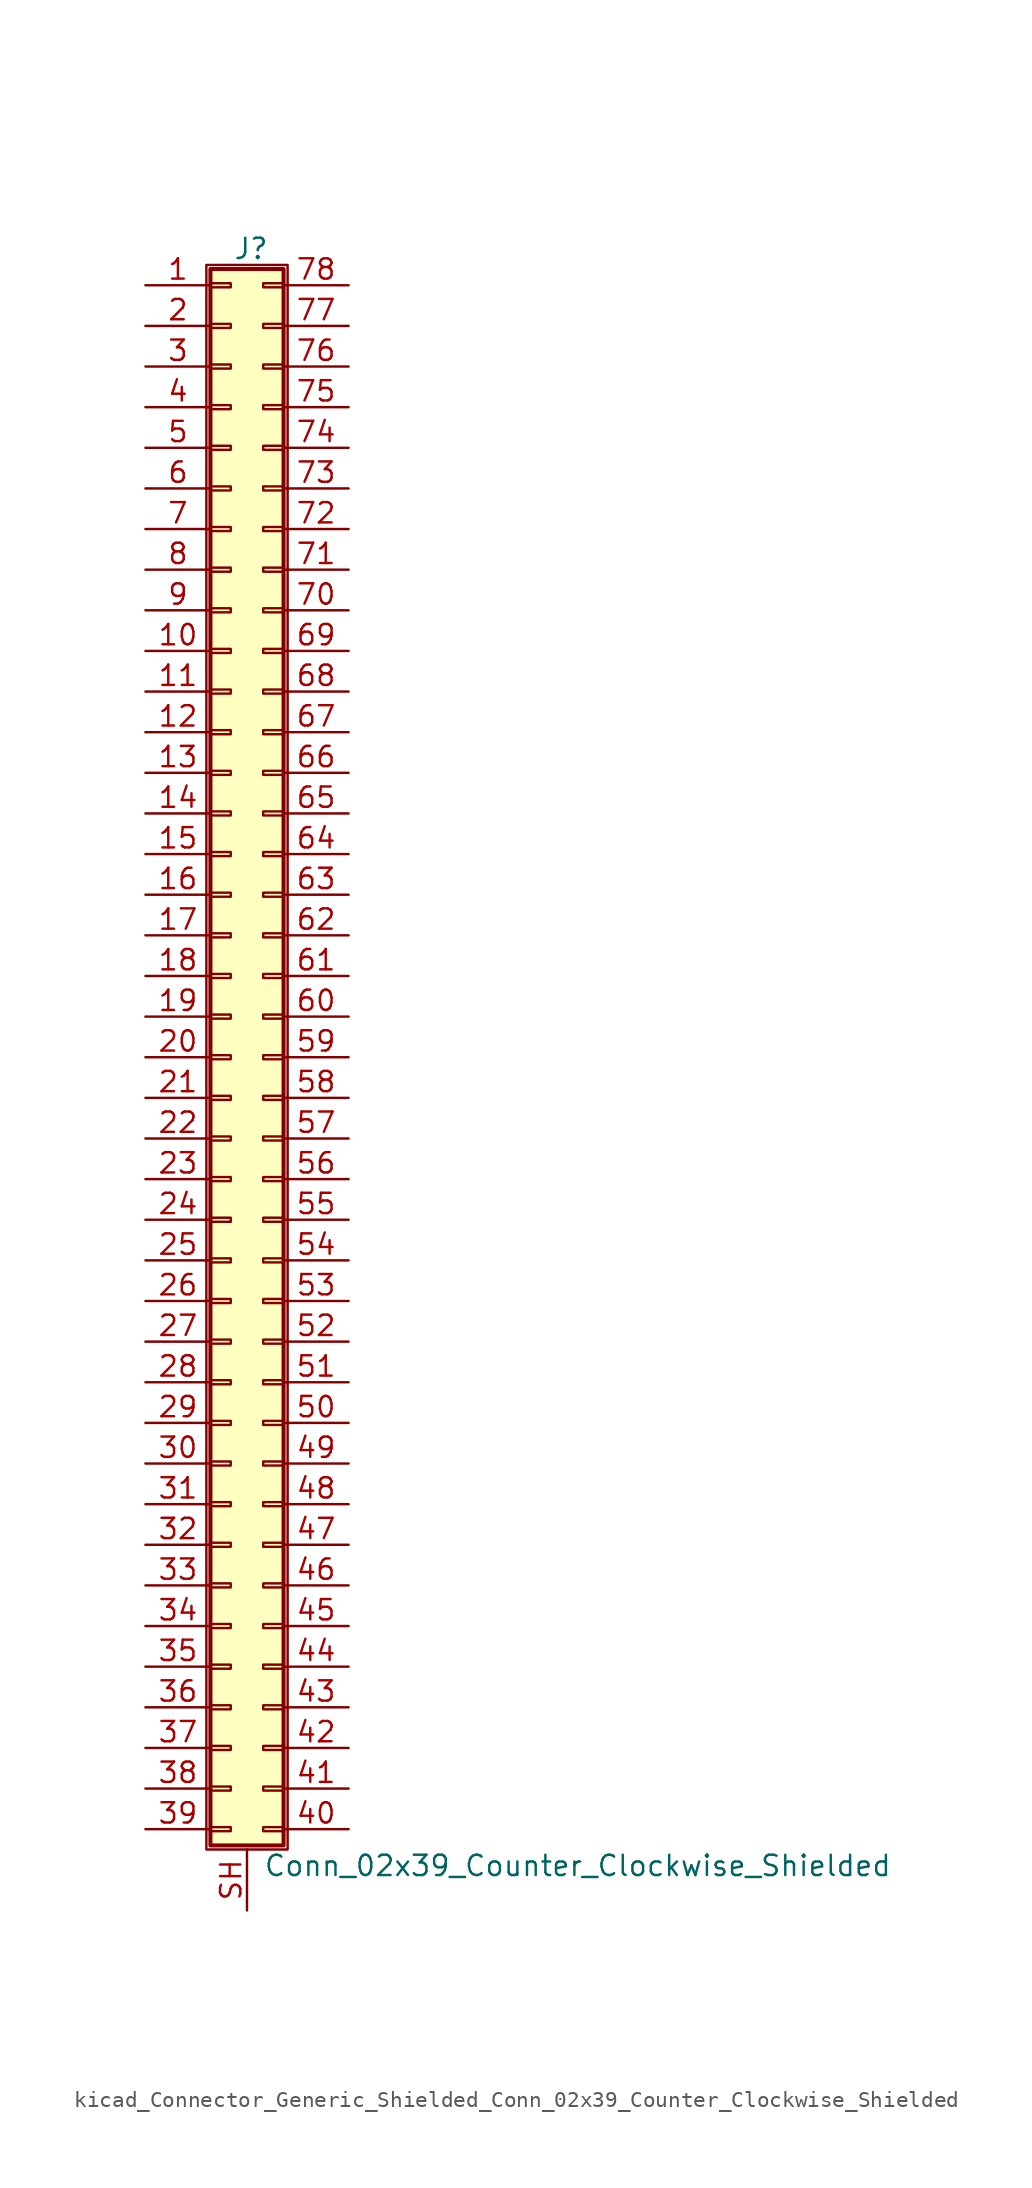
<source format=kicad_sym>
(kicad_symbol_lib
  (version 20220914)
  (generator kicad_symbol_editor)
  (symbol "kicad_Connector_Generic_Shielded_Conn_02x39_Counter_Clockwise_Shielded"
    (pin_names
      (offset 1.016) hide)
    (property "Reference" "J"
      (at 1.524 50.546 0)
      (effects (font (size 1.27 1.27))))
    (property "Value" "Conn_02x39_Counter_Clockwise_Shielded"
      (at 2.286 -50.546 0)
      (effects (font (size 1.27 1.27)) (justify left)))
    (symbol "kicad_Connector_Generic_Shielded_Conn_02x39_Counter_Clockwise_Shielded_1_1"
      (rectangle (start -1.27 49.53) (end 3.81 -49.53) (stroke (width 0.152) (type default)) (fill (type none)))
      (rectangle (start -1.016 -48.133) (end 0.254 -48.387) (stroke (width 0.152) (type default)) (fill (type none)))
      (rectangle (start -1.016 -45.593) (end 0.254 -45.847) (stroke (width 0.152) (type default)) (fill (type none)))
      (rectangle (start -1.016 -43.053) (end 0.254 -43.307) (stroke (width 0.152) (type default)) (fill (type none)))
      (rectangle (start -1.016 -40.513) (end 0.254 -40.767) (stroke (width 0.152) (type default)) (fill (type none)))
      (rectangle (start -1.016 -37.973) (end 0.254 -38.227) (stroke (width 0.152) (type default)) (fill (type none)))
      (rectangle (start -1.016 -35.433) (end 0.254 -35.687) (stroke (width 0.152) (type default)) (fill (type none)))
      (rectangle (start -1.016 -32.893) (end 0.254 -33.147) (stroke (width 0.152) (type default)) (fill (type none)))
      (rectangle (start -1.016 -30.353) (end 0.254 -30.607) (stroke (width 0.152) (type default)) (fill (type none)))
      (rectangle (start -1.016 -27.813) (end 0.254 -28.067) (stroke (width 0.152) (type default)) (fill (type none)))
      (rectangle (start -1.016 -25.273) (end 0.254 -25.527) (stroke (width 0.152) (type default)) (fill (type none)))
      (rectangle (start -1.016 -22.733) (end 0.254 -22.987) (stroke (width 0.152) (type default)) (fill (type none)))
      (rectangle (start -1.016 -20.193) (end 0.254 -20.447) (stroke (width 0.152) (type default)) (fill (type none)))
      (rectangle (start -1.016 -17.653) (end 0.254 -17.907) (stroke (width 0.152) (type default)) (fill (type none)))
      (rectangle (start -1.016 -15.113) (end 0.254 -15.367) (stroke (width 0.152) (type default)) (fill (type none)))
      (rectangle (start -1.016 -12.573) (end 0.254 -12.827) (stroke (width 0.152) (type default)) (fill (type none)))
      (rectangle (start -1.016 -10.033) (end 0.254 -10.287) (stroke (width 0.152) (type default)) (fill (type none)))
      (rectangle (start -1.016 -7.493) (end 0.254 -7.747) (stroke (width 0.152) (type default)) (fill (type none)))
      (rectangle (start -1.016 -4.953) (end 0.254 -5.207) (stroke (width 0.152) (type default)) (fill (type none)))
      (rectangle (start -1.016 -2.413) (end 0.254 -2.667) (stroke (width 0.152) (type default)) (fill (type none)))
      (rectangle (start -1.016 0.127) (end 0.254 -0.127) (stroke (width 0.152) (type default)) (fill (type none)))
      (rectangle (start -1.016 2.667) (end 0.254 2.413) (stroke (width 0.152) (type default)) (fill (type none)))
      (rectangle (start -1.016 5.207) (end 0.254 4.953) (stroke (width 0.152) (type default)) (fill (type none)))
      (rectangle (start -1.016 7.747) (end 0.254 7.493) (stroke (width 0.152) (type default)) (fill (type none)))
      (rectangle (start -1.016 10.287) (end 0.254 10.033) (stroke (width 0.152) (type default)) (fill (type none)))
      (rectangle (start -1.016 12.827) (end 0.254 12.573) (stroke (width 0.152) (type default)) (fill (type none)))
      (rectangle (start -1.016 15.367) (end 0.254 15.113) (stroke (width 0.152) (type default)) (fill (type none)))
      (rectangle (start -1.016 17.907) (end 0.254 17.653) (stroke (width 0.152) (type default)) (fill (type none)))
      (rectangle (start -1.016 20.447) (end 0.254 20.193) (stroke (width 0.152) (type default)) (fill (type none)))
      (rectangle (start -1.016 22.987) (end 0.254 22.733) (stroke (width 0.152) (type default)) (fill (type none)))
      (rectangle (start -1.016 25.527) (end 0.254 25.273) (stroke (width 0.152) (type default)) (fill (type none)))
      (rectangle (start -1.016 28.067) (end 0.254 27.813) (stroke (width 0.152) (type default)) (fill (type none)))
      (rectangle (start -1.016 30.607) (end 0.254 30.353) (stroke (width 0.152) (type default)) (fill (type none)))
      (rectangle (start -1.016 33.147) (end 0.254 32.893) (stroke (width 0.152) (type default)) (fill (type none)))
      (rectangle (start -1.016 35.687) (end 0.254 35.433) (stroke (width 0.152) (type default)) (fill (type none)))
      (rectangle (start -1.016 38.227) (end 0.254 37.973) (stroke (width 0.152) (type default)) (fill (type none)))
      (rectangle (start -1.016 40.767) (end 0.254 40.513) (stroke (width 0.152) (type default)) (fill (type none)))
      (rectangle (start -1.016 43.307) (end 0.254 43.053) (stroke (width 0.152) (type default)) (fill (type none)))
      (rectangle (start -1.016 45.847) (end 0.254 45.593) (stroke (width 0.152) (type default)) (fill (type none)))
      (rectangle (start -1.016 48.387) (end 0.254 48.133) (stroke (width 0.152) (type default)) (fill (type none)))
      (rectangle (start -1.016 49.276) (end 3.556 -49.276) (stroke (width 0.254) (type default)) (fill (type background)))
      (rectangle (start 3.556 -48.133) (end 2.286 -48.387) (stroke (width 0.152) (type default)) (fill (type none)))
      (rectangle (start 3.556 -45.593) (end 2.286 -45.847) (stroke (width 0.152) (type default)) (fill (type none)))
      (rectangle (start 3.556 -43.053) (end 2.286 -43.307) (stroke (width 0.152) (type default)) (fill (type none)))
      (rectangle (start 3.556 -40.513) (end 2.286 -40.767) (stroke (width 0.152) (type default)) (fill (type none)))
      (rectangle (start 3.556 -37.973) (end 2.286 -38.227) (stroke (width 0.152) (type default)) (fill (type none)))
      (rectangle (start 3.556 -35.433) (end 2.286 -35.687) (stroke (width 0.152) (type default)) (fill (type none)))
      (rectangle (start 3.556 -32.893) (end 2.286 -33.147) (stroke (width 0.152) (type default)) (fill (type none)))
      (rectangle (start 3.556 -30.353) (end 2.286 -30.607) (stroke (width 0.152) (type default)) (fill (type none)))
      (rectangle (start 3.556 -27.813) (end 2.286 -28.067) (stroke (width 0.152) (type default)) (fill (type none)))
      (rectangle (start 3.556 -25.273) (end 2.286 -25.527) (stroke (width 0.152) (type default)) (fill (type none)))
      (rectangle (start 3.556 -22.733) (end 2.286 -22.987) (stroke (width 0.152) (type default)) (fill (type none)))
      (rectangle (start 3.556 -20.193) (end 2.286 -20.447) (stroke (width 0.152) (type default)) (fill (type none)))
      (rectangle (start 3.556 -17.653) (end 2.286 -17.907) (stroke (width 0.152) (type default)) (fill (type none)))
      (rectangle (start 3.556 -15.113) (end 2.286 -15.367) (stroke (width 0.152) (type default)) (fill (type none)))
      (rectangle (start 3.556 -12.573) (end 2.286 -12.827) (stroke (width 0.152) (type default)) (fill (type none)))
      (rectangle (start 3.556 -10.033) (end 2.286 -10.287) (stroke (width 0.152) (type default)) (fill (type none)))
      (rectangle (start 3.556 -7.493) (end 2.286 -7.747) (stroke (width 0.152) (type default)) (fill (type none)))
      (rectangle (start 3.556 -4.953) (end 2.286 -5.207) (stroke (width 0.152) (type default)) (fill (type none)))
      (rectangle (start 3.556 -2.413) (end 2.286 -2.667) (stroke (width 0.152) (type default)) (fill (type none)))
      (rectangle (start 3.556 0.127) (end 2.286 -0.127) (stroke (width 0.152) (type default)) (fill (type none)))
      (rectangle (start 3.556 2.667) (end 2.286 2.413) (stroke (width 0.152) (type default)) (fill (type none)))
      (rectangle (start 3.556 5.207) (end 2.286 4.953) (stroke (width 0.152) (type default)) (fill (type none)))
      (rectangle (start 3.556 7.747) (end 2.286 7.493) (stroke (width 0.152) (type default)) (fill (type none)))
      (rectangle (start 3.556 10.287) (end 2.286 10.033) (stroke (width 0.152) (type default)) (fill (type none)))
      (rectangle (start 3.556 12.827) (end 2.286 12.573) (stroke (width 0.152) (type default)) (fill (type none)))
      (rectangle (start 3.556 15.367) (end 2.286 15.113) (stroke (width 0.152) (type default)) (fill (type none)))
      (rectangle (start 3.556 17.907) (end 2.286 17.653) (stroke (width 0.152) (type default)) (fill (type none)))
      (rectangle (start 3.556 20.447) (end 2.286 20.193) (stroke (width 0.152) (type default)) (fill (type none)))
      (rectangle (start 3.556 22.987) (end 2.286 22.733) (stroke (width 0.152) (type default)) (fill (type none)))
      (rectangle (start 3.556 25.527) (end 2.286 25.273) (stroke (width 0.152) (type default)) (fill (type none)))
      (rectangle (start 3.556 28.067) (end 2.286 27.813) (stroke (width 0.152) (type default)) (fill (type none)))
      (rectangle (start 3.556 30.607) (end 2.286 30.353) (stroke (width 0.152) (type default)) (fill (type none)))
      (rectangle (start 3.556 33.147) (end 2.286 32.893) (stroke (width 0.152) (type default)) (fill (type none)))
      (rectangle (start 3.556 35.687) (end 2.286 35.433) (stroke (width 0.152) (type default)) (fill (type none)))
      (rectangle (start 3.556 38.227) (end 2.286 37.973) (stroke (width 0.152) (type default)) (fill (type none)))
      (rectangle (start 3.556 40.767) (end 2.286 40.513) (stroke (width 0.152) (type default)) (fill (type none)))
      (rectangle (start 3.556 43.307) (end 2.286 43.053) (stroke (width 0.152) (type default)) (fill (type none)))
      (rectangle (start 3.556 45.847) (end 2.286 45.593) (stroke (width 0.152) (type default)) (fill (type none)))
      (rectangle (start 3.556 48.387) (end 2.286 48.133) (stroke (width 0.152) (type default)) (fill (type none)))
      (pin passive line (at -5.08 48.26 0) (length 4.064) (name "Pin_1" (effects (font (size 1.27 1.27)))) (number "1" (effects (font (size 1.27 1.27)))))
      (pin passive line (at -5.08 25.4 0) (length 4.064) (name "Pin_10" (effects (font (size 1.27 1.27)))) (number "10" (effects (font (size 1.27 1.27)))))
      (pin passive line (at -5.08 22.86 0) (length 4.064) (name "Pin_11" (effects (font (size 1.27 1.27)))) (number "11" (effects (font (size 1.27 1.27)))))
      (pin passive line (at -5.08 20.32 0) (length 4.064) (name "Pin_12" (effects (font (size 1.27 1.27)))) (number "12" (effects (font (size 1.27 1.27)))))
      (pin passive line (at -5.08 17.78 0) (length 4.064) (name "Pin_13" (effects (font (size 1.27 1.27)))) (number "13" (effects (font (size 1.27 1.27)))))
      (pin passive line (at -5.08 15.24 0) (length 4.064) (name "Pin_14" (effects (font (size 1.27 1.27)))) (number "14" (effects (font (size 1.27 1.27)))))
      (pin passive line (at -5.08 12.7 0) (length 4.064) (name "Pin_15" (effects (font (size 1.27 1.27)))) (number "15" (effects (font (size 1.27 1.27)))))
      (pin passive line (at -5.08 10.16 0) (length 4.064) (name "Pin_16" (effects (font (size 1.27 1.27)))) (number "16" (effects (font (size 1.27 1.27)))))
      (pin passive line (at -5.08 7.62 0) (length 4.064) (name "Pin_17" (effects (font (size 1.27 1.27)))) (number "17" (effects (font (size 1.27 1.27)))))
      (pin passive line (at -5.08 5.08 0) (length 4.064) (name "Pin_18" (effects (font (size 1.27 1.27)))) (number "18" (effects (font (size 1.27 1.27)))))
      (pin passive line (at -5.08 2.54 0) (length 4.064) (name "Pin_19" (effects (font (size 1.27 1.27)))) (number "19" (effects (font (size 1.27 1.27)))))
      (pin passive line (at -5.08 45.72 0) (length 4.064) (name "Pin_2" (effects (font (size 1.27 1.27)))) (number "2" (effects (font (size 1.27 1.27)))))
      (pin passive line (at -5.08 0 0) (length 4.064) (name "Pin_20" (effects (font (size 1.27 1.27)))) (number "20" (effects (font (size 1.27 1.27)))))
      (pin passive line (at -5.08 -2.54 0) (length 4.064) (name "Pin_21" (effects (font (size 1.27 1.27)))) (number "21" (effects (font (size 1.27 1.27)))))
      (pin passive line (at -5.08 -5.08 0) (length 4.064) (name "Pin_22" (effects (font (size 1.27 1.27)))) (number "22" (effects (font (size 1.27 1.27)))))
      (pin passive line (at -5.08 -7.62 0) (length 4.064) (name "Pin_23" (effects (font (size 1.27 1.27)))) (number "23" (effects (font (size 1.27 1.27)))))
      (pin passive line (at -5.08 -10.16 0) (length 4.064) (name "Pin_24" (effects (font (size 1.27 1.27)))) (number "24" (effects (font (size 1.27 1.27)))))
      (pin passive line (at -5.08 -12.7 0) (length 4.064) (name "Pin_25" (effects (font (size 1.27 1.27)))) (number "25" (effects (font (size 1.27 1.27)))))
      (pin passive line (at -5.08 -15.24 0) (length 4.064) (name "Pin_26" (effects (font (size 1.27 1.27)))) (number "26" (effects (font (size 1.27 1.27)))))
      (pin passive line (at -5.08 -17.78 0) (length 4.064) (name "Pin_27" (effects (font (size 1.27 1.27)))) (number "27" (effects (font (size 1.27 1.27)))))
      (pin passive line (at -5.08 -20.32 0) (length 4.064) (name "Pin_28" (effects (font (size 1.27 1.27)))) (number "28" (effects (font (size 1.27 1.27)))))
      (pin passive line (at -5.08 -22.86 0) (length 4.064) (name "Pin_29" (effects (font (size 1.27 1.27)))) (number "29" (effects (font (size 1.27 1.27)))))
      (pin passive line (at -5.08 43.18 0) (length 4.064) (name "Pin_3" (effects (font (size 1.27 1.27)))) (number "3" (effects (font (size 1.27 1.27)))))
      (pin passive line (at -5.08 -25.4 0) (length 4.064) (name "Pin_30" (effects (font (size 1.27 1.27)))) (number "30" (effects (font (size 1.27 1.27)))))
      (pin passive line (at -5.08 -27.94 0) (length 4.064) (name "Pin_31" (effects (font (size 1.27 1.27)))) (number "31" (effects (font (size 1.27 1.27)))))
      (pin passive line (at -5.08 -30.48 0) (length 4.064) (name "Pin_32" (effects (font (size 1.27 1.27)))) (number "32" (effects (font (size 1.27 1.27)))))
      (pin passive line (at -5.08 -33.02 0) (length 4.064) (name "Pin_33" (effects (font (size 1.27 1.27)))) (number "33" (effects (font (size 1.27 1.27)))))
      (pin passive line (at -5.08 -35.56 0) (length 4.064) (name "Pin_34" (effects (font (size 1.27 1.27)))) (number "34" (effects (font (size 1.27 1.27)))))
      (pin passive line (at -5.08 -38.1 0) (length 4.064) (name "Pin_35" (effects (font (size 1.27 1.27)))) (number "35" (effects (font (size 1.27 1.27)))))
      (pin passive line (at -5.08 -40.64 0) (length 4.064) (name "Pin_36" (effects (font (size 1.27 1.27)))) (number "36" (effects (font (size 1.27 1.27)))))
      (pin passive line (at -5.08 -43.18 0) (length 4.064) (name "Pin_37" (effects (font (size 1.27 1.27)))) (number "37" (effects (font (size 1.27 1.27)))))
      (pin passive line (at -5.08 -45.72 0) (length 4.064) (name "Pin_38" (effects (font (size 1.27 1.27)))) (number "38" (effects (font (size 1.27 1.27)))))
      (pin passive line (at -5.08 -48.26 0) (length 4.064) (name "Pin_39" (effects (font (size 1.27 1.27)))) (number "39" (effects (font (size 1.27 1.27)))))
      (pin passive line (at -5.08 40.64 0) (length 4.064) (name "Pin_4" (effects (font (size 1.27 1.27)))) (number "4" (effects (font (size 1.27 1.27)))))
      (pin passive line (at 7.62 -48.26 180) (length 4.064) (name "Pin_40" (effects (font (size 1.27 1.27)))) (number "40" (effects (font (size 1.27 1.27)))))
      (pin passive line (at 7.62 -45.72 180) (length 4.064) (name "Pin_41" (effects (font (size 1.27 1.27)))) (number "41" (effects (font (size 1.27 1.27)))))
      (pin passive line (at 7.62 -43.18 180) (length 4.064) (name "Pin_42" (effects (font (size 1.27 1.27)))) (number "42" (effects (font (size 1.27 1.27)))))
      (pin passive line (at 7.62 -40.64 180) (length 4.064) (name "Pin_43" (effects (font (size 1.27 1.27)))) (number "43" (effects (font (size 1.27 1.27)))))
      (pin passive line (at 7.62 -38.1 180) (length 4.064) (name "Pin_44" (effects (font (size 1.27 1.27)))) (number "44" (effects (font (size 1.27 1.27)))))
      (pin passive line (at 7.62 -35.56 180) (length 4.064) (name "Pin_45" (effects (font (size 1.27 1.27)))) (number "45" (effects (font (size 1.27 1.27)))))
      (pin passive line (at 7.62 -33.02 180) (length 4.064) (name "Pin_46" (effects (font (size 1.27 1.27)))) (number "46" (effects (font (size 1.27 1.27)))))
      (pin passive line (at 7.62 -30.48 180) (length 4.064) (name "Pin_47" (effects (font (size 1.27 1.27)))) (number "47" (effects (font (size 1.27 1.27)))))
      (pin passive line (at 7.62 -27.94 180) (length 4.064) (name "Pin_48" (effects (font (size 1.27 1.27)))) (number "48" (effects (font (size 1.27 1.27)))))
      (pin passive line (at 7.62 -25.4 180) (length 4.064) (name "Pin_49" (effects (font (size 1.27 1.27)))) (number "49" (effects (font (size 1.27 1.27)))))
      (pin passive line (at -5.08 38.1 0) (length 4.064) (name "Pin_5" (effects (font (size 1.27 1.27)))) (number "5" (effects (font (size 1.27 1.27)))))
      (pin passive line (at 7.62 -22.86 180) (length 4.064) (name "Pin_50" (effects (font (size 1.27 1.27)))) (number "50" (effects (font (size 1.27 1.27)))))
      (pin passive line (at 7.62 -20.32 180) (length 4.064) (name "Pin_51" (effects (font (size 1.27 1.27)))) (number "51" (effects (font (size 1.27 1.27)))))
      (pin passive line (at 7.62 -17.78 180) (length 4.064) (name "Pin_52" (effects (font (size 1.27 1.27)))) (number "52" (effects (font (size 1.27 1.27)))))
      (pin passive line (at 7.62 -15.24 180) (length 4.064) (name "Pin_53" (effects (font (size 1.27 1.27)))) (number "53" (effects (font (size 1.27 1.27)))))
      (pin passive line (at 7.62 -12.7 180) (length 4.064) (name "Pin_54" (effects (font (size 1.27 1.27)))) (number "54" (effects (font (size 1.27 1.27)))))
      (pin passive line (at 7.62 -10.16 180) (length 4.064) (name "Pin_55" (effects (font (size 1.27 1.27)))) (number "55" (effects (font (size 1.27 1.27)))))
      (pin passive line (at 7.62 -7.62 180) (length 4.064) (name "Pin_56" (effects (font (size 1.27 1.27)))) (number "56" (effects (font (size 1.27 1.27)))))
      (pin passive line (at 7.62 -5.08 180) (length 4.064) (name "Pin_57" (effects (font (size 1.27 1.27)))) (number "57" (effects (font (size 1.27 1.27)))))
      (pin passive line (at 7.62 -2.54 180) (length 4.064) (name "Pin_58" (effects (font (size 1.27 1.27)))) (number "58" (effects (font (size 1.27 1.27)))))
      (pin passive line (at 7.62 0 180) (length 4.064) (name "Pin_59" (effects (font (size 1.27 1.27)))) (number "59" (effects (font (size 1.27 1.27)))))
      (pin passive line (at -5.08 35.56 0) (length 4.064) (name "Pin_6" (effects (font (size 1.27 1.27)))) (number "6" (effects (font (size 1.27 1.27)))))
      (pin passive line (at 7.62 2.54 180) (length 4.064) (name "Pin_60" (effects (font (size 1.27 1.27)))) (number "60" (effects (font (size 1.27 1.27)))))
      (pin passive line (at 7.62 5.08 180) (length 4.064) (name "Pin_61" (effects (font (size 1.27 1.27)))) (number "61" (effects (font (size 1.27 1.27)))))
      (pin passive line (at 7.62 7.62 180) (length 4.064) (name "Pin_62" (effects (font (size 1.27 1.27)))) (number "62" (effects (font (size 1.27 1.27)))))
      (pin passive line (at 7.62 10.16 180) (length 4.064) (name "Pin_63" (effects (font (size 1.27 1.27)))) (number "63" (effects (font (size 1.27 1.27)))))
      (pin passive line (at 7.62 12.7 180) (length 4.064) (name "Pin_64" (effects (font (size 1.27 1.27)))) (number "64" (effects (font (size 1.27 1.27)))))
      (pin passive line (at 7.62 15.24 180) (length 4.064) (name "Pin_65" (effects (font (size 1.27 1.27)))) (number "65" (effects (font (size 1.27 1.27)))))
      (pin passive line (at 7.62 17.78 180) (length 4.064) (name "Pin_66" (effects (font (size 1.27 1.27)))) (number "66" (effects (font (size 1.27 1.27)))))
      (pin passive line (at 7.62 20.32 180) (length 4.064) (name "Pin_67" (effects (font (size 1.27 1.27)))) (number "67" (effects (font (size 1.27 1.27)))))
      (pin passive line (at 7.62 22.86 180) (length 4.064) (name "Pin_68" (effects (font (size 1.27 1.27)))) (number "68" (effects (font (size 1.27 1.27)))))
      (pin passive line (at 7.62 25.4 180) (length 4.064) (name "Pin_69" (effects (font (size 1.27 1.27)))) (number "69" (effects (font (size 1.27 1.27)))))
      (pin passive line (at -5.08 33.02 0) (length 4.064) (name "Pin_7" (effects (font (size 1.27 1.27)))) (number "7" (effects (font (size 1.27 1.27)))))
      (pin passive line (at 7.62 27.94 180) (length 4.064) (name "Pin_70" (effects (font (size 1.27 1.27)))) (number "70" (effects (font (size 1.27 1.27)))))
      (pin passive line (at 7.62 30.48 180) (length 4.064) (name "Pin_71" (effects (font (size 1.27 1.27)))) (number "71" (effects (font (size 1.27 1.27)))))
      (pin passive line (at 7.62 33.02 180) (length 4.064) (name "Pin_72" (effects (font (size 1.27 1.27)))) (number "72" (effects (font (size 1.27 1.27)))))
      (pin passive line (at 7.62 35.56 180) (length 4.064) (name "Pin_73" (effects (font (size 1.27 1.27)))) (number "73" (effects (font (size 1.27 1.27)))))
      (pin passive line (at 7.62 38.1 180) (length 4.064) (name "Pin_74" (effects (font (size 1.27 1.27)))) (number "74" (effects (font (size 1.27 1.27)))))
      (pin passive line (at 7.62 40.64 180) (length 4.064) (name "Pin_75" (effects (font (size 1.27 1.27)))) (number "75" (effects (font (size 1.27 1.27)))))
      (pin passive line (at 7.62 43.18 180) (length 4.064) (name "Pin_76" (effects (font (size 1.27 1.27)))) (number "76" (effects (font (size 1.27 1.27)))))
      (pin passive line (at 7.62 45.72 180) (length 4.064) (name "Pin_77" (effects (font (size 1.27 1.27)))) (number "77" (effects (font (size 1.27 1.27)))))
      (pin passive line (at 7.62 48.26 180) (length 4.064) (name "Pin_78" (effects (font (size 1.27 1.27)))) (number "78" (effects (font (size 1.27 1.27)))))
      (pin passive line (at -5.08 30.48 0) (length 4.064) (name "Pin_8" (effects (font (size 1.27 1.27)))) (number "8" (effects (font (size 1.27 1.27)))))
      (pin passive line (at -5.08 27.94 0) (length 4.064) (name "Pin_9" (effects (font (size 1.27 1.27)))) (number "9" (effects (font (size 1.27 1.27)))))
      (pin passive line (at 1.27 -53.34 90) (length 3.81) (name "Shield" (effects (font (size 1.27 1.27)))) (number "SH" (effects (font (size 1.27 1.27))))))))
</source>
